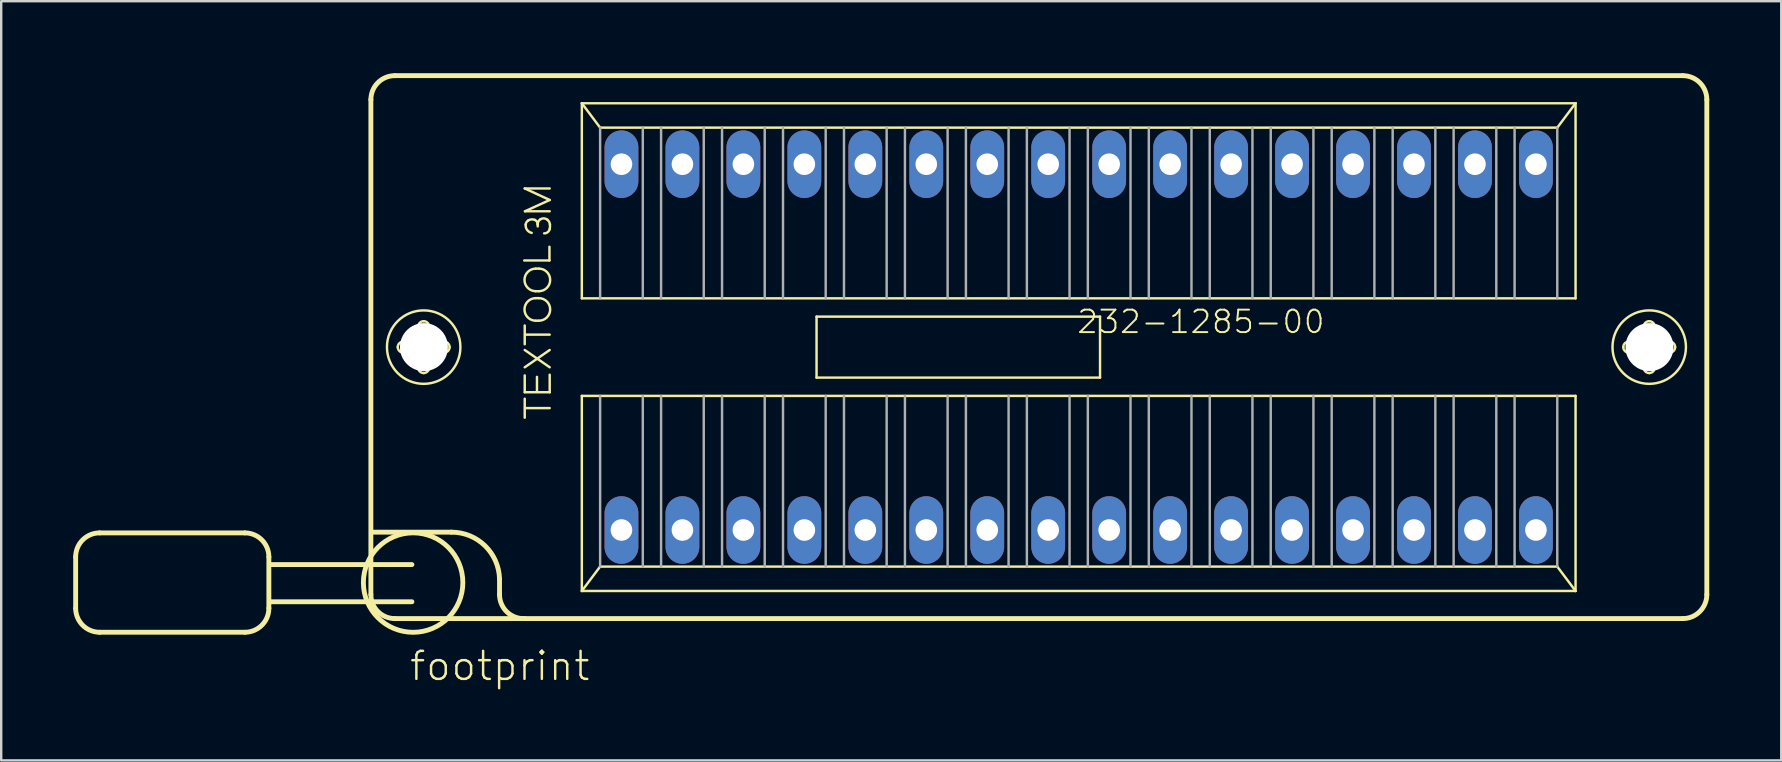
<source format=kicad_pcb>
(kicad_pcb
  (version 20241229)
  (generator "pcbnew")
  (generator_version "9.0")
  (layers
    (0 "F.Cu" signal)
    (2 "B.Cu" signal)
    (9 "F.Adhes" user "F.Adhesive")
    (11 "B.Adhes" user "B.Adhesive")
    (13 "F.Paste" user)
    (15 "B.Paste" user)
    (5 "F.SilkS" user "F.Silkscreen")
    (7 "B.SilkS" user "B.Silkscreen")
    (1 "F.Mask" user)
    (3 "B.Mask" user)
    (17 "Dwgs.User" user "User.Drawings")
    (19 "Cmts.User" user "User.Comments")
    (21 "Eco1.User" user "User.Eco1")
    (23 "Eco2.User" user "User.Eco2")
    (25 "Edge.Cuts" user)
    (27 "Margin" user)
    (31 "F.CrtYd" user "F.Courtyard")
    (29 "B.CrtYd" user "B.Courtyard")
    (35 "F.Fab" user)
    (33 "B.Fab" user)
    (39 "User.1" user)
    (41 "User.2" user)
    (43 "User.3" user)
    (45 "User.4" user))
  (footprint "footprint"
    (layer "F.Cu")
    (at 41.892 11.412)
    (property "Reference" "footprint" (at -27.94 13.97 0) (layer "F.SilkS") (effects (font (size 1.168 1.168) (thickness 0.102)) (justify left bottom)))
    (fp_line (start -41.79 8.74) (end -41.79 10.88) (stroke (width 0.203) (type solid)) (layer "F.SilkS"))
    (fp_line (start -40.79 7.74) (end -34.74 7.74) (stroke (width 0.203) (type solid)) (layer "F.SilkS"))
    (fp_line (start -34.74 11.88) (end -40.79 11.88) (stroke (width 0.203) (type solid)) (layer "F.SilkS"))
    (fp_line (start -33.74 8.74) (end -33.74 10.88) (stroke (width 0.203) (type solid)) (layer "F.SilkS"))
    (fp_line (start -29.49 10.31) (end -29.49 -10.31) (stroke (width 0.203) (type solid)) (layer "F.SilkS"))
    (fp_line (start -29.38 7.71) (end -26.13 7.71) (stroke (width 0.203) (type solid)) (layer "F.SilkS"))
    (fp_line (start -28.49 -11.31) (end 25.17 -11.31) (stroke (width 0.203) (type solid)) (layer "F.SilkS"))
    (fp_line (start -28.14 -0.23) (end -27.59 -0.23) (stroke (width 0.102) (type solid)) (layer "F.SilkS"))
    (fp_line (start -27.78 9.06) (end -33.69 9.06) (stroke (width 0.203) (type solid)) (layer "F.SilkS"))
    (fp_line (start -27.78 10.61) (end -33.69 10.61) (stroke (width 0.203) (type solid)) (layer "F.SilkS"))
    (fp_line (start -27.6 0.23) (end -28.14 0.23) (stroke (width 0.102) (type solid)) (layer "F.SilkS"))
    (fp_line (start -27.52 -0.31) (end -27.52 -0.85) (stroke (width 0.102) (type solid)) (layer "F.SilkS"))
    (fp_line (start -27.52 0.85) (end -27.52 0.3) (stroke (width 0.102) (type solid)) (layer "F.SilkS"))
    (fp_line (start -27.06 -0.85) (end -27.06 -0.3) (stroke (width 0.102) (type solid)) (layer "F.SilkS"))
    (fp_line (start -27.06 0.31) (end -27.06 0.85) (stroke (width 0.102) (type solid)) (layer "F.SilkS"))
    (fp_line (start -26.98 -0.23) (end -26.44 -0.23) (stroke (width 0.102) (type solid)) (layer "F.SilkS"))
    (fp_line (start -26.44 0.23) (end -26.99 0.23) (stroke (width 0.102) (type solid)) (layer "F.SilkS"))
    (fp_line (start -24.13 9.66) (end -24.13 10.31) (stroke (width 0.203) (type solid)) (layer "F.SilkS"))
    (fp_line (start -23.1 -3.61) (end -22.05 -3.61) (stroke (width 0.102) (type solid)) (layer "F.SilkS"))
    (fp_line (start -23.08 -6.61) (end -22.04 -6.61) (stroke (width 0.102) (type solid)) (layer "F.SilkS"))
    (fp_line (start -23.08 -0.12) (end -23.08 -0.9) (stroke (width 0.102) (type solid)) (layer "F.SilkS"))
    (fp_line (start -23.08 0.12) (end -22.04 0.84) (stroke (width 0.102) (type solid)) (layer "F.SilkS"))
    (fp_line (start -23.08 0.84) (end -22.04 0.12) (stroke (width 0.102) (type solid)) (layer "F.SilkS"))
    (fp_line (start -23.08 1.18) (end -23.08 1.88) (stroke (width 0.102) (type solid)) (layer "F.SilkS"))
    (fp_line (start -23.08 1.88) (end -22.04 1.88) (stroke (width 0.102) (type solid)) (layer "F.SilkS"))
    (fp_line (start -23.08 2.94) (end -23.08 2.15) (stroke (width 0.102) (type solid)) (layer "F.SilkS"))
    (fp_line (start -23.07 -5.66) (end -22.04 -6.13) (stroke (width 0.102) (type solid)) (layer "F.SilkS"))
    (fp_line (start -23.07 2.54) (end -22.04 2.54) (stroke (width 0.102) (type solid)) (layer "F.SilkS"))
    (fp_line (start -23.06 -0.52) (end -22.04 -0.52) (stroke (width 0.102) (type solid)) (layer "F.SilkS"))
    (fp_line (start -22.62 -3.27) (end -22.49 -3.27) (stroke (width 0.102) (type solid)) (layer "F.SilkS"))
    (fp_line (start -22.62 -2.33) (end -22.49 -2.33) (stroke (width 0.102) (type solid)) (layer "F.SilkS"))
    (fp_line (start -22.62 -2.04) (end -22.49 -2.04) (stroke (width 0.102) (type solid)) (layer "F.SilkS"))
    (fp_line (start -22.62 -1.1) (end -22.49 -1.1) (stroke (width 0.102) (type solid)) (layer "F.SilkS"))
    (fp_line (start -22.57 1.24) (end -22.57 1.84) (stroke (width 0.102) (type solid)) (layer "F.SilkS"))
    (fp_line (start -22.54 -5.03) (end -22.54 -5.12) (stroke (width 0.102) (type solid)) (layer "F.SilkS"))
    (fp_line (start -22.05 -3.61) (end -22.05 -4.18) (stroke (width 0.102) (type solid)) (layer "F.SilkS"))
    (fp_line (start -22.04 -6.13) (end -23.08 -6.61) (stroke (width 0.102) (type solid)) (layer "F.SilkS"))
    (fp_line (start -22.04 -5.66) (end -23.07 -5.66) (stroke (width 0.102) (type solid)) (layer "F.SilkS"))
    (fp_line (start -22.04 1.88) (end -22.04 1.15) (stroke (width 0.102) (type solid)) (layer "F.SilkS"))
    (fp_line (start -20.701 -10.16) (end 20.701 -10.16) (stroke (width 0.102) (type solid)) (layer "F.SilkS"))
    (fp_line (start -20.701 -2.032) (end -20.701 -10.16) (stroke (width 0.102) (type solid)) (layer "F.SilkS"))
    (fp_line (start -20.701 2.032) (end 20.701 2.032) (stroke (width 0.102) (type solid)) (layer "F.SilkS"))
    (fp_line (start -20.701 10.16) (end -20.701 2.032) (stroke (width 0.102) (type solid)) (layer "F.SilkS"))
    (fp_line (start -20.701 10.16) (end -19.939 9.144) (stroke (width 0.102) (type solid)) (layer "F.SilkS"))
    (fp_line (start -19.939 -9.144) (end -20.701 -10.16) (stroke (width 0.102) (type solid)) (layer "F.SilkS"))
    (fp_line (start -19.939 9.144) (end 19.939 9.144) (stroke (width 0.102) (type solid)) (layer "F.SilkS"))
    (fp_line (start -10.922 -1.27) (end 0.889 -1.27) (stroke (width 0.102) (type solid)) (layer "F.SilkS"))
    (fp_line (start -10.922 1.27) (end -10.922 -1.27) (stroke (width 0.102) (type solid)) (layer "F.SilkS"))
    (fp_line (start 0.889 -1.27) (end 0.889 1.27) (stroke (width 0.102) (type solid)) (layer "F.SilkS"))
    (fp_line (start 0.889 1.27) (end -10.922 1.27) (stroke (width 0.102) (type solid)) (layer "F.SilkS"))
    (fp_line (start 19.939 -9.144) (end -19.939 -9.144) (stroke (width 0.102) (type solid)) (layer "F.SilkS"))
    (fp_line (start 19.939 9.144) (end 20.701 10.16) (stroke (width 0.102) (type solid)) (layer "F.SilkS"))
    (fp_line (start 20.701 -10.16) (end 19.939 -9.144) (stroke (width 0.102) (type solid)) (layer "F.SilkS"))
    (fp_line (start 20.701 -10.16) (end 20.701 -2.032) (stroke (width 0.102) (type solid)) (layer "F.SilkS"))
    (fp_line (start 20.701 -2.032) (end -20.701 -2.032) (stroke (width 0.102) (type solid)) (layer "F.SilkS"))
    (fp_line (start 20.701 2.032) (end 20.701 10.16) (stroke (width 0.102) (type solid)) (layer "F.SilkS"))
    (fp_line (start 20.701 10.16) (end -20.701 10.16) (stroke (width 0.102) (type solid)) (layer "F.SilkS"))
    (fp_line (start 22.92 -0.23) (end 23.47 -0.23) (stroke (width 0.102) (type solid)) (layer "F.SilkS"))
    (fp_line (start 23.46 0.23) (end 22.92 0.23) (stroke (width 0.102) (type solid)) (layer "F.SilkS"))
    (fp_line (start 23.54 -0.31) (end 23.54 -0.85) (stroke (width 0.102) (type solid)) (layer "F.SilkS"))
    (fp_line (start 23.54 0.85) (end 23.54 0.3) (stroke (width 0.102) (type solid)) (layer "F.SilkS"))
    (fp_line (start 24 -0.85) (end 24 -0.3) (stroke (width 0.102) (type solid)) (layer "F.SilkS"))
    (fp_line (start 24 0.31) (end 24 0.85) (stroke (width 0.102) (type solid)) (layer "F.SilkS"))
    (fp_line (start 24.08 -0.23) (end 24.62 -0.23) (stroke (width 0.102) (type solid)) (layer "F.SilkS"))
    (fp_line (start 24.62 0.23) (end 24.07 0.23) (stroke (width 0.102) (type solid)) (layer "F.SilkS"))
    (fp_line (start 25.17 11.31) (end -28.49 11.31) (stroke (width 0.203) (type solid)) (layer "F.SilkS"))
    (fp_line (start 26.17 -10.31) (end 26.17 10.31) (stroke (width 0.203) (type solid)) (layer "F.SilkS"))
    (fp_arc (start -41.79 8.74) (mid -41.497107 8.032893) (end -40.79 7.74) (stroke (width 0.2032) (type solid)) (layer "F.SilkS"))
    (fp_arc (start -40.79 11.88) (mid -41.497107 11.587107) (end -41.79 10.88) (stroke (width 0.2032) (type solid)) (layer "F.SilkS"))
    (fp_arc (start -34.74 7.74) (mid -34.032893 8.032893) (end -33.74 8.74) (stroke (width 0.2032) (type solid)) (layer "F.SilkS"))
    (fp_arc (start -33.74 10.88) (mid -34.032893 11.587107) (end -34.74 11.88) (stroke (width 0.2032) (type solid)) (layer "F.SilkS"))
    (fp_arc (start -29.49 -10.31) (mid -29.197107 -11.017107) (end -28.49 -11.31) (stroke (width 0.2032) (type solid)) (layer "F.SilkS"))
    (fp_arc (start -28.49 11.31) (mid -29.197107 11.017107) (end -29.49 10.31) (stroke (width 0.2032) (type solid)) (layer "F.SilkS"))
    (fp_arc (start -28.37 0) (mid -28.302635 -0.162635) (end -28.14 -0.23) (stroke (width 0.1016) (type solid)) (layer "F.SilkS"))
    (fp_arc (start -28.14 0.23) (mid -28.302635 0.162635) (end -28.37 0) (stroke (width 0.1016) (type solid)) (layer "F.SilkS"))
    (fp_arc (start -27.6 0.23) (mid -27.550503 0.250503) (end -27.53 0.3) (stroke (width 0.1016) (type solid)) (layer "F.SilkS"))
    (fp_arc (start -27.52 -0.85) (mid -27.452635 -1.012635) (end -27.29 -1.08) (stroke (width 0.1016) (type solid)) (layer "F.SilkS"))
    (fp_arc (start -27.52 -0.3) (mid -27.540503 -0.250503) (end -27.59 -0.23) (stroke (width 0.1016) (type solid)) (layer "F.SilkS"))
    (fp_arc (start -27.29 -1.08) (mid -27.127365 -1.012635) (end -27.06 -0.85) (stroke (width 0.1016) (type solid)) (layer "F.SilkS"))
    (fp_arc (start -27.29 1.08) (mid -27.452635 1.012635) (end -27.52 0.85) (stroke (width 0.1016) (type solid)) (layer "F.SilkS"))
    (fp_arc (start -27.06 0.3) (mid -27.039497 0.250503) (end -26.99 0.23) (stroke (width 0.1016) (type solid)) (layer "F.SilkS"))
    (fp_arc (start -27.06 0.85) (mid -27.127365 1.012635) (end -27.29 1.08) (stroke (width 0.1016) (type solid)) (layer "F.SilkS"))
    (fp_arc (start -26.99 -0.23) (mid -27.039497 -0.250503) (end -27.06 -0.3) (stroke (width 0.1016) (type solid)) (layer "F.SilkS"))
    (fp_arc (start -26.44 -0.23) (mid -26.277365 -0.162635) (end -26.21 0) (stroke (width 0.1016) (type solid)) (layer "F.SilkS"))
    (fp_arc (start -26.21 0) (mid -26.277365 0.162635) (end -26.44 0.23) (stroke (width 0.1016) (type solid)) (layer "F.SilkS"))
    (fp_arc (start -26.13 7.71) (mid -24.733341 8.278169) (end -24.13 9.659998) (stroke (width 0.2032) (type solid)) (layer "F.SilkS"))
    (fp_arc (start -23.079998 11.309999) (mid -23.819284 11.035) (end -24.13 10.31) (stroke (width 0.2032) (type solid)) (layer "F.SilkS"))
    (fp_arc (start -23.04 -5.109999) (mid -23.004621 -5.207696) (end -22.93 -5.28) (stroke (width 0.1016) (type solid)) (layer "F.SilkS"))
    (fp_arc (start -22.93 -5.28) (mid -22.797382 -5.322157) (end -22.66 -5.3) (stroke (width 0.1016) (type solid)) (layer "F.SilkS"))
    (fp_arc (start -22.790001 -4.759999) (mid -22.98297 -4.88645) (end -23.04 -5.11) (stroke (width 0.1016) (type solid)) (layer "F.SilkS"))
    (fp_arc (start -22.660001 -5.299999) (mid -22.572751 -5.228166) (end -22.54 -5.12) (stroke (width 0.1016) (type solid)) (layer "F.SilkS"))
    (fp_arc (start -22.62 -2.33) (mid -23.09 -2.8) (end -22.62 -3.27) (stroke (width 0.1016) (type solid)) (layer "F.SilkS"))
    (fp_arc (start -22.62 -1.1) (mid -23.09 -1.57) (end -22.62 -2.04) (stroke (width 0.1016) (type solid)) (layer "F.SilkS"))
    (fp_arc (start -22.54 -5.12) (mid -22.50789 -5.240938) (end -22.419999 -5.330001) (stroke (width 0.1016) (type solid)) (layer "F.SilkS"))
    (fp_arc (start -22.49 -3.27) (mid -22.02 -2.8) (end -22.49 -2.33) (stroke (width 0.1016) (type solid)) (layer "F.SilkS"))
    (fp_arc (start -22.49 -2.04) (mid -22.02 -1.57) (end -22.49 -1.1) (stroke (width 0.1016) (type solid)) (layer "F.SilkS"))
    (fp_arc (start -22.42 -5.33) (mid -22.276885 -5.363595) (end -22.139999 -5.309999) (stroke (width 0.1016) (type solid)) (layer "F.SilkS"))
    (fp_arc (start -22.14 -5.31) (mid -22.065084 -5.220954) (end -22.03 -5.110001) (stroke (width 0.1016) (type solid)) (layer "F.SilkS"))
    (fp_arc (start -22.04 -4.92) (mid -22.122524 -4.788503) (end -22.27 -4.740001) (stroke (width 0.1016) (type solid)) (layer "F.SilkS"))
    (fp_arc (start -22.03 -5.11) (mid -22.027277 -5.014593) (end -22.04 -4.92) (stroke (width 0.1016) (type solid)) (layer "F.SilkS"))
    (fp_arc (start 22.69 0) (mid 22.757365 -0.162635) (end 22.92 -0.23) (stroke (width 0.1016) (type solid)) (layer "F.SilkS"))
    (fp_arc (start 22.92 0.23) (mid 22.757365 0.162635) (end 22.69 0) (stroke (width 0.1016) (type solid)) (layer "F.SilkS"))
    (fp_arc (start 23.46 0.23) (mid 23.509497 0.250503) (end 23.53 0.3) (stroke (width 0.1016) (type solid)) (layer "F.SilkS"))
    (fp_arc (start 23.54 -0.85) (mid 23.607365 -1.012635) (end 23.77 -1.08) (stroke (width 0.1016) (type solid)) (layer "F.SilkS"))
    (fp_arc (start 23.54 -0.3) (mid 23.519497 -0.250503) (end 23.47 -0.23) (stroke (width 0.1016) (type solid)) (layer "F.SilkS"))
    (fp_arc (start 23.77 -1.08) (mid 23.932635 -1.012635) (end 24 -0.85) (stroke (width 0.1016) (type solid)) (layer "F.SilkS"))
    (fp_arc (start 23.77 1.08) (mid 23.607365 1.012635) (end 23.54 0.85) (stroke (width 0.1016) (type solid)) (layer "F.SilkS"))
    (fp_arc (start 24 0.3) (mid 24.020503 0.250503) (end 24.07 0.23) (stroke (width 0.1016) (type solid)) (layer "F.SilkS"))
    (fp_arc (start 24 0.85) (mid 23.932635 1.012635) (end 23.77 1.08) (stroke (width 0.1016) (type solid)) (layer "F.SilkS"))
    (fp_arc (start 24.07 -0.23) (mid 24.020503 -0.250503) (end 24 -0.3) (stroke (width 0.1016) (type solid)) (layer "F.SilkS"))
    (fp_arc (start 24.62 -0.23) (mid 24.782635 -0.162635) (end 24.85 0) (stroke (width 0.1016) (type solid)) (layer "F.SilkS"))
    (fp_arc (start 24.85 0) (mid 24.782635 0.162635) (end 24.62 0.23) (stroke (width 0.1016) (type solid)) (layer "F.SilkS"))
    (fp_arc (start 25.17 -11.31) (mid 25.877107 -11.017107) (end 26.17 -10.31) (stroke (width 0.2032) (type solid)) (layer "F.SilkS"))
    (fp_arc (start 26.17 10.31) (mid 25.877107 11.017107) (end 25.17 11.31) (stroke (width 0.2032) (type solid)) (layer "F.SilkS"))
    (fp_circle (center -27.73 9.81) (end -25.658 9.81) (stroke (width 0.203) (type solid)) (fill no) (layer "F.SilkS"))
    (fp_circle (center -27.29 0) (end -25.76 0) (stroke (width 0.102) (type solid)) (fill no) (layer "F.SilkS"))
    (fp_circle (center 23.77 0) (end 25.3 0) (stroke (width 0.102) (type solid)) (fill no) (layer "F.SilkS"))
    (fp_line (start -19.939 -9.144) (end -19.939 -2.032) (stroke (width 0.102) (type solid)) (layer "F.Fab"))
    (fp_line (start -19.939 2.032) (end -19.939 9.144) (stroke (width 0.102) (type solid)) (layer "F.Fab"))
    (fp_line (start -18.161 -2.032) (end -18.161 -9.144) (stroke (width 0.102) (type solid)) (layer "F.Fab"))
    (fp_line (start -18.161 2.032) (end -18.161 9.144) (stroke (width 0.102) (type solid)) (layer "F.Fab"))
    (fp_line (start -17.399 -2.032) (end -17.399 -9.144) (stroke (width 0.102) (type solid)) (layer "F.Fab"))
    (fp_line (start -17.399 2.032) (end -17.399 9.144) (stroke (width 0.102) (type solid)) (layer "F.Fab"))
    (fp_line (start -15.621 -2.032) (end -15.621 -9.144) (stroke (width 0.102) (type solid)) (layer "F.Fab"))
    (fp_line (start -15.621 2.032) (end -15.621 9.144) (stroke (width 0.102) (type solid)) (layer "F.Fab"))
    (fp_line (start -14.859 -2.032) (end -14.859 -9.144) (stroke (width 0.102) (type solid)) (layer "F.Fab"))
    (fp_line (start -14.859 2.032) (end -14.859 9.144) (stroke (width 0.102) (type solid)) (layer "F.Fab"))
    (fp_line (start -13.081 -2.032) (end -13.081 -9.144) (stroke (width 0.102) (type solid)) (layer "F.Fab"))
    (fp_line (start -13.081 2.032) (end -13.081 9.144) (stroke (width 0.102) (type solid)) (layer "F.Fab"))
    (fp_line (start -12.319 -2.032) (end -12.319 -9.144) (stroke (width 0.102) (type solid)) (layer "F.Fab"))
    (fp_line (start -12.319 2.032) (end -12.319 9.144) (stroke (width 0.102) (type solid)) (layer "F.Fab"))
    (fp_line (start -10.541 -2.032) (end -10.541 -9.144) (stroke (width 0.102) (type solid)) (layer "F.Fab"))
    (fp_line (start -10.541 2.032) (end -10.541 9.144) (stroke (width 0.102) (type solid)) (layer "F.Fab"))
    (fp_line (start -9.779 -2.032) (end -9.779 -9.144) (stroke (width 0.102) (type solid)) (layer "F.Fab"))
    (fp_line (start -9.779 2.032) (end -9.779 9.144) (stroke (width 0.102) (type solid)) (layer "F.Fab"))
    (fp_line (start -8.001 -2.032) (end -8.001 -9.144) (stroke (width 0.102) (type solid)) (layer "F.Fab"))
    (fp_line (start -8.001 2.032) (end -8.001 9.144) (stroke (width 0.102) (type solid)) (layer "F.Fab"))
    (fp_line (start -7.239 -2.032) (end -7.239 -9.144) (stroke (width 0.102) (type solid)) (layer "F.Fab"))
    (fp_line (start -7.239 2.032) (end -7.239 9.144) (stroke (width 0.102) (type solid)) (layer "F.Fab"))
    (fp_line (start -5.461 -2.032) (end -5.461 -9.144) (stroke (width 0.102) (type solid)) (layer "F.Fab"))
    (fp_line (start -5.461 2.032) (end -5.461 9.144) (stroke (width 0.102) (type solid)) (layer "F.Fab"))
    (fp_line (start -4.699 -2.032) (end -4.699 -9.144) (stroke (width 0.102) (type solid)) (layer "F.Fab"))
    (fp_line (start -4.699 2.032) (end -4.699 9.144) (stroke (width 0.102) (type solid)) (layer "F.Fab"))
    (fp_line (start -2.921 -2.032) (end -2.921 -9.144) (stroke (width 0.102) (type solid)) (layer "F.Fab"))
    (fp_line (start -2.921 2.032) (end -2.921 9.144) (stroke (width 0.102) (type solid)) (layer "F.Fab"))
    (fp_line (start -2.159 -2.032) (end -2.159 -9.144) (stroke (width 0.102) (type solid)) (layer "F.Fab"))
    (fp_line (start -2.159 2.032) (end -2.159 9.144) (stroke (width 0.102) (type solid)) (layer "F.Fab"))
    (fp_line (start -0.381 -2.032) (end -0.381 -9.144) (stroke (width 0.102) (type solid)) (layer "F.Fab"))
    (fp_line (start -0.381 2.032) (end -0.381 9.144) (stroke (width 0.102) (type solid)) (layer "F.Fab"))
    (fp_line (start 0.381 -2.032) (end 0.381 -9.144) (stroke (width 0.102) (type solid)) (layer "F.Fab"))
    (fp_line (start 0.381 2.032) (end 0.381 9.144) (stroke (width 0.102) (type solid)) (layer "F.Fab"))
    (fp_line (start 2.159 -2.032) (end 2.159 -9.144) (stroke (width 0.102) (type solid)) (layer "F.Fab"))
    (fp_line (start 2.159 2.032) (end 2.159 9.144) (stroke (width 0.102) (type solid)) (layer "F.Fab"))
    (fp_line (start 2.921 -2.032) (end 2.921 -9.144) (stroke (width 0.102) (type solid)) (layer "F.Fab"))
    (fp_line (start 2.921 2.032) (end 2.921 9.144) (stroke (width 0.102) (type solid)) (layer "F.Fab"))
    (fp_line (start 4.699 -2.032) (end 4.699 -9.144) (stroke (width 0.102) (type solid)) (layer "F.Fab"))
    (fp_line (start 4.699 2.032) (end 4.699 9.144) (stroke (width 0.102) (type solid)) (layer "F.Fab"))
    (fp_line (start 5.461 -2.032) (end 5.461 -9.144) (stroke (width 0.102) (type solid)) (layer "F.Fab"))
    (fp_line (start 5.461 2.032) (end 5.461 9.144) (stroke (width 0.102) (type solid)) (layer "F.Fab"))
    (fp_line (start 7.239 -2.032) (end 7.239 -9.144) (stroke (width 0.102) (type solid)) (layer "F.Fab"))
    (fp_line (start 7.239 2.032) (end 7.239 9.144) (stroke (width 0.102) (type solid)) (layer "F.Fab"))
    (fp_line (start 8.001 -2.032) (end 8.001 -9.144) (stroke (width 0.102) (type solid)) (layer "F.Fab"))
    (fp_line (start 8.001 2.032) (end 8.001 9.144) (stroke (width 0.102) (type solid)) (layer "F.Fab"))
    (fp_line (start 9.779 -2.032) (end 9.779 -9.144) (stroke (width 0.102) (type solid)) (layer "F.Fab"))
    (fp_line (start 9.779 2.032) (end 9.779 9.144) (stroke (width 0.102) (type solid)) (layer "F.Fab"))
    (fp_line (start 10.541 -2.032) (end 10.541 -9.144) (stroke (width 0.102) (type solid)) (layer "F.Fab"))
    (fp_line (start 10.541 2.032) (end 10.541 9.144) (stroke (width 0.102) (type solid)) (layer "F.Fab"))
    (fp_line (start 12.319 -2.032) (end 12.319 -9.144) (stroke (width 0.102) (type solid)) (layer "F.Fab"))
    (fp_line (start 12.319 2.032) (end 12.319 9.144) (stroke (width 0.102) (type solid)) (layer "F.Fab"))
    (fp_line (start 13.081 -2.032) (end 13.081 -9.144) (stroke (width 0.102) (type solid)) (layer "F.Fab"))
    (fp_line (start 13.081 2.032) (end 13.081 9.144) (stroke (width 0.102) (type solid)) (layer "F.Fab"))
    (fp_line (start 14.859 -2.032) (end 14.859 -9.144) (stroke (width 0.102) (type solid)) (layer "F.Fab"))
    (fp_line (start 14.859 2.032) (end 14.859 9.144) (stroke (width 0.102) (type solid)) (layer "F.Fab"))
    (fp_line (start 15.621 -2.032) (end 15.621 -9.144) (stroke (width 0.102) (type solid)) (layer "F.Fab"))
    (fp_line (start 15.621 2.032) (end 15.621 9.144) (stroke (width 0.102) (type solid)) (layer "F.Fab"))
    (fp_line (start 17.399 -2.032) (end 17.399 -9.144) (stroke (width 0.102) (type solid)) (layer "F.Fab"))
    (fp_line (start 17.399 2.032) (end 17.399 9.144) (stroke (width 0.102) (type solid)) (layer "F.Fab"))
    (fp_line (start 18.161 -2.032) (end 18.161 -9.144) (stroke (width 0.102) (type solid)) (layer "F.Fab"))
    (fp_line (start 18.161 2.032) (end 18.161 9.144) (stroke (width 0.102) (type solid)) (layer "F.Fab"))
    (fp_line (start 19.939 -2.032) (end 19.939 -9.144) (stroke (width 0.102) (type solid)) (layer "F.Fab"))
    (fp_line (start 19.939 9.144) (end 19.939 2.032) (stroke (width 0.102) (type solid)) (layer "F.Fab"))
    (fp_text user "232-1285-00" (at -0.127 -0.508 180) (layer "F.SilkS") (effects (font (size 0.935 0.935) (thickness 0.081)) (justify left bottom)))
    (pad "" np_thru_hole circle (at -27.28 0) (size 2 2) (drill 2) (layers "*.Cu" "*.Mask"))
    (pad "" np_thru_hole circle (at 23.78 0) (size 2 2) (drill 2) (layers "*.Cu" "*.Mask"))
    (pad "1" thru_hole oval (at -19.05 7.62 90) (size 2.816 1.408) (drill 0.9) (layers "*.Cu" "*.Mask"))
    (pad "2" thru_hole oval (at -16.51 7.62 90) (size 2.816 1.408) (drill 0.9) (layers "*.Cu" "*.Mask"))
    (pad "3" thru_hole oval (at -13.97 7.62 90) (size 2.816 1.408) (drill 0.9) (layers "*.Cu" "*.Mask"))
    (pad "4" thru_hole oval (at -11.43 7.62 90) (size 2.816 1.408) (drill 0.9) (layers "*.Cu" "*.Mask"))
    (pad "5" thru_hole oval (at -8.89 7.62 90) (size 2.816 1.408) (drill 0.9) (layers "*.Cu" "*.Mask"))
    (pad "6" thru_hole oval (at -6.35 7.62 90) (size 2.816 1.408) (drill 0.9) (layers "*.Cu" "*.Mask"))
    (pad "7" thru_hole oval (at -3.81 7.62 90) (size 2.816 1.408) (drill 0.9) (layers "*.Cu" "*.Mask"))
    (pad "8" thru_hole oval (at -1.27 7.62 90) (size 2.816 1.408) (drill 0.9) (layers "*.Cu" "*.Mask"))
    (pad "9" thru_hole oval (at 1.27 7.62 90) (size 2.816 1.408) (drill 0.9) (layers "*.Cu" "*.Mask"))
    (pad "10" thru_hole oval (at 3.81 7.62 90) (size 2.816 1.408) (drill 0.9) (layers "*.Cu" "*.Mask"))
    (pad "11" thru_hole oval (at 6.35 7.62 90) (size 2.816 1.408) (drill 0.9) (layers "*.Cu" "*.Mask"))
    (pad "12" thru_hole oval (at 8.89 7.62 90) (size 2.816 1.408) (drill 0.9) (layers "*.Cu" "*.Mask"))
    (pad "13" thru_hole oval (at 11.43 7.62 90) (size 2.816 1.408) (drill 0.9) (layers "*.Cu" "*.Mask"))
    (pad "14" thru_hole oval (at 13.97 7.62 90) (size 2.816 1.408) (drill 0.9) (layers "*.Cu" "*.Mask"))
    (pad "15" thru_hole oval (at 16.51 7.62 90) (size 2.816 1.408) (drill 0.9) (layers "*.Cu" "*.Mask"))
    (pad "16" thru_hole oval (at 19.05 7.62 90) (size 2.816 1.408) (drill 0.9) (layers "*.Cu" "*.Mask"))
    (pad "17" thru_hole oval (at 19.05 -7.62 90) (size 2.816 1.408) (drill 0.9) (layers "*.Cu" "*.Mask"))
    (pad "18" thru_hole oval (at 16.51 -7.62 90) (size 2.816 1.408) (drill 0.9) (layers "*.Cu" "*.Mask"))
    (pad "19" thru_hole oval (at 13.97 -7.62 90) (size 2.816 1.408) (drill 0.9) (layers "*.Cu" "*.Mask"))
    (pad "20" thru_hole oval (at 11.43 -7.62 90) (size 2.816 1.408) (drill 0.9) (layers "*.Cu" "*.Mask"))
    (pad "21" thru_hole oval (at 8.89 -7.62 90) (size 2.816 1.408) (drill 0.9) (layers "*.Cu" "*.Mask"))
    (pad "22" thru_hole oval (at 6.35 -7.62 90) (size 2.816 1.408) (drill 0.9) (layers "*.Cu" "*.Mask"))
    (pad "23" thru_hole oval (at 3.81 -7.62 90) (size 2.816 1.408) (drill 0.9) (layers "*.Cu" "*.Mask"))
    (pad "24" thru_hole oval (at 1.27 -7.62 90) (size 2.816 1.408) (drill 0.9) (layers "*.Cu" "*.Mask"))
    (pad "25" thru_hole oval (at -1.27 -7.62 90) (size 2.816 1.408) (drill 0.9) (layers "*.Cu" "*.Mask"))
    (pad "26" thru_hole oval (at -3.81 -7.62 90) (size 2.816 1.408) (drill 0.9) (layers "*.Cu" "*.Mask"))
    (pad "27" thru_hole oval (at -6.35 -7.62 90) (size 2.816 1.408) (drill 0.9) (layers "*.Cu" "*.Mask"))
    (pad "28" thru_hole oval (at -8.89 -7.62 90) (size 2.816 1.408) (drill 0.9) (layers "*.Cu" "*.Mask"))
    (pad "29" thru_hole oval (at -11.43 -7.62 90) (size 2.816 1.408) (drill 0.9) (layers "*.Cu" "*.Mask"))
    (pad "30" thru_hole oval (at -13.97 -7.62 90) (size 2.816 1.408) (drill 0.9) (layers "*.Cu" "*.Mask"))
    (pad "31" thru_hole oval (at -16.51 -7.62 90) (size 2.816 1.408) (drill 0.9) (layers "*.Cu" "*.Mask"))
    (pad "32" thru_hole oval (at -19.05 -7.62 90) (size 2.816 1.408) (drill 0.9) (layers "*.Cu" "*.Mask")))
  (gr_rect
    (start -3 -3)
    (end 71.163 28.632)
    (stroke (width 0.1) (type default))
    (fill no)
    (layer "Edge.Cuts")))
</source>
